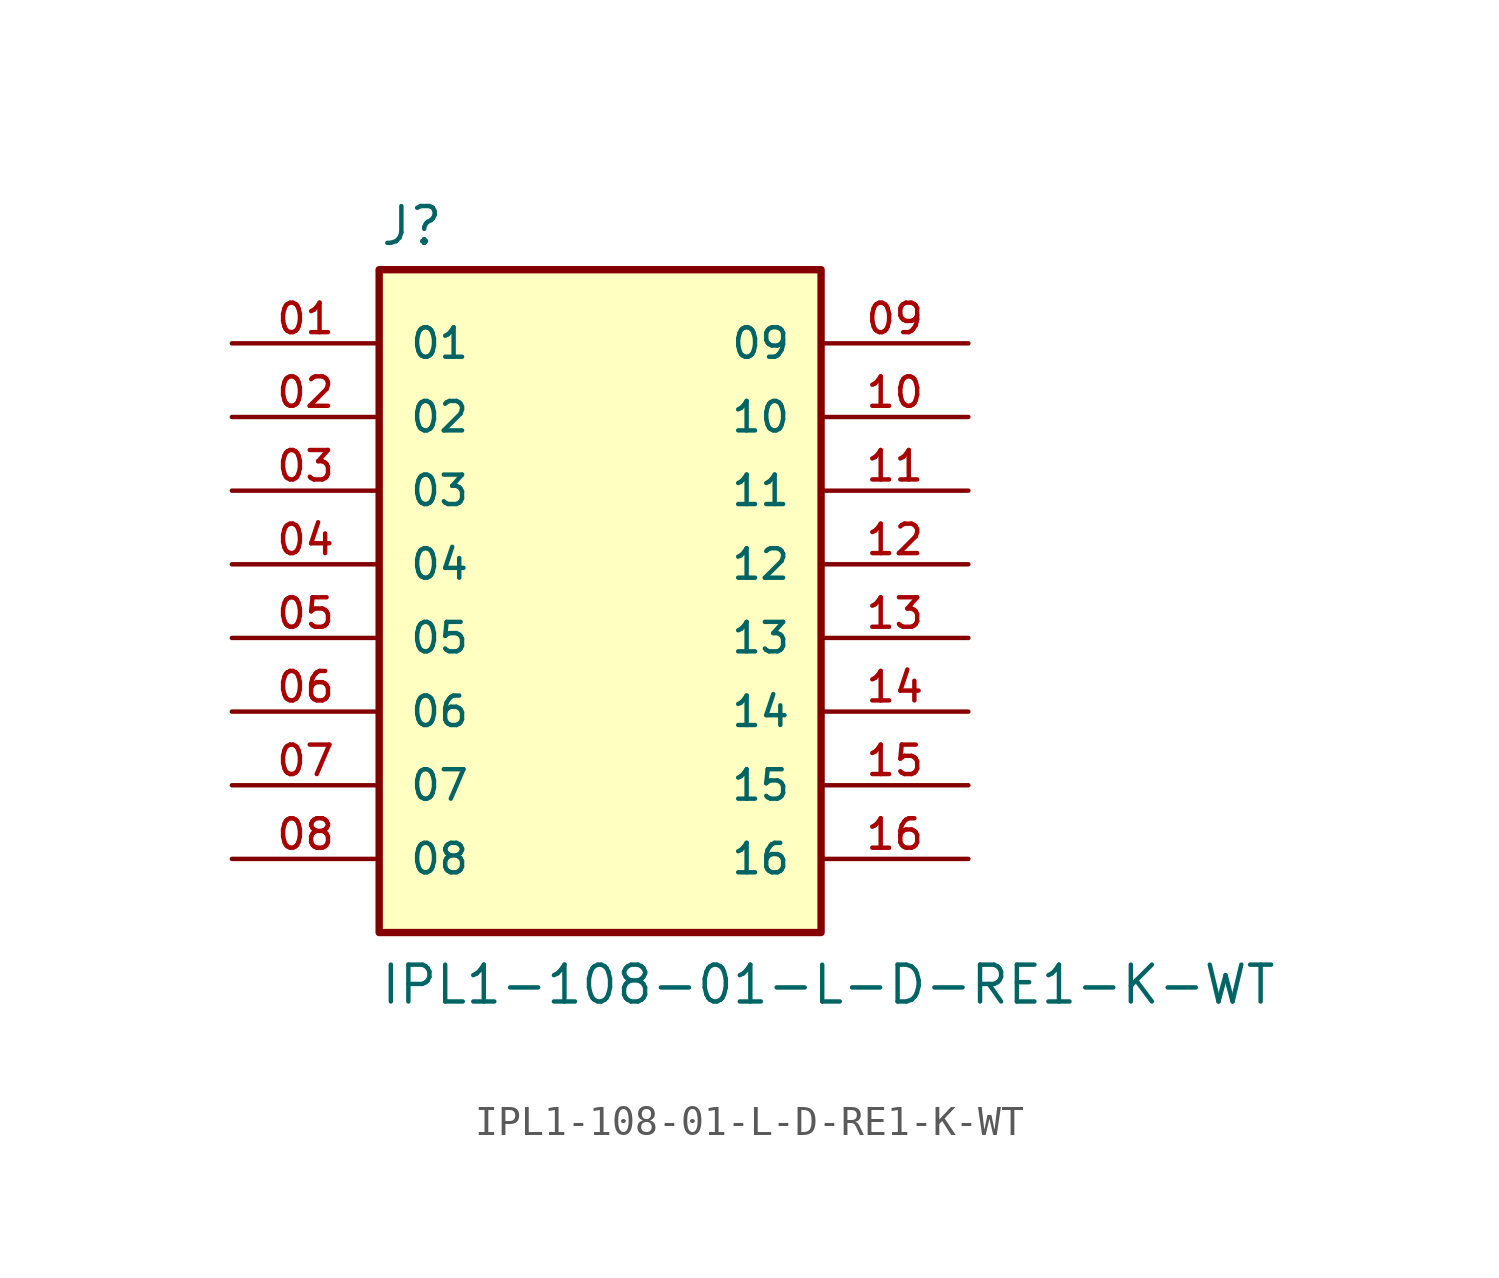
<source format=kicad_sym>
(kicad_symbol_lib
  (version 20211014)
  (generator kicad_symbol_editor)
  (symbol "IPL1-108-01-L-D-RE1-K-WT"
    (pin_names
      (offset 1.016))
    (property "Reference" "J"
      (at -7.62 10.922 0)
      (effects (font (size 1.27 1.27)) (justify bottom left)))
    (property "Value" "IPL1-108-01-L-D-RE1-K-WT"
      (at -7.62 -15.24 0)
      (effects (font (size 1.27 1.27)) (justify bottom left)))
    (symbol "IPL1-108-01-L-D-RE1-K-WT_0_0"
      (rectangle (start -7.62 -12.7) (end 7.62 10.16) (stroke (width 0.254)) (fill (type background)))
      (pin passive line (at -12.7 7.62 0) (length 5.08) (name "01" (effects (font (size 1.016 1.016)))) (number "01" (effects (font (size 1.016 1.016)))))
      (pin passive line (at -12.7 5.08 0) (length 5.08) (name "02" (effects (font (size 1.016 1.016)))) (number "02" (effects (font (size 1.016 1.016)))))
      (pin passive line (at -12.7 2.54 0) (length 5.08) (name "03" (effects (font (size 1.016 1.016)))) (number "03" (effects (font (size 1.016 1.016)))))
      (pin passive line (at -12.7 0.0 0) (length 5.08) (name "04" (effects (font (size 1.016 1.016)))) (number "04" (effects (font (size 1.016 1.016)))))
      (pin passive line (at -12.7 -2.54 0) (length 5.08) (name "05" (effects (font (size 1.016 1.016)))) (number "05" (effects (font (size 1.016 1.016)))))
      (pin passive line (at -12.7 -5.08 0) (length 5.08) (name "06" (effects (font (size 1.016 1.016)))) (number "06" (effects (font (size 1.016 1.016)))))
      (pin passive line (at -12.7 -7.62 0) (length 5.08) (name "07" (effects (font (size 1.016 1.016)))) (number "07" (effects (font (size 1.016 1.016)))))
      (pin passive line (at -12.7 -10.16 0) (length 5.08) (name "08" (effects (font (size 1.016 1.016)))) (number "08" (effects (font (size 1.016 1.016)))))
      (pin passive line (at 12.7 7.62 180.0) (length 5.08) (name "09" (effects (font (size 1.016 1.016)))) (number "09" (effects (font (size 1.016 1.016)))))
      (pin passive line (at 12.7 5.08 180.0) (length 5.08) (name "10" (effects (font (size 1.016 1.016)))) (number "10" (effects (font (size 1.016 1.016)))))
      (pin passive line (at 12.7 2.54 180.0) (length 5.08) (name "11" (effects (font (size 1.016 1.016)))) (number "11" (effects (font (size 1.016 1.016)))))
      (pin passive line (at 12.7 0.0 180.0) (length 5.08) (name "12" (effects (font (size 1.016 1.016)))) (number "12" (effects (font (size 1.016 1.016)))))
      (pin passive line (at 12.7 -2.54 180.0) (length 5.08) (name "13" (effects (font (size 1.016 1.016)))) (number "13" (effects (font (size 1.016 1.016)))))
      (pin passive line (at 12.7 -5.08 180.0) (length 5.08) (name "14" (effects (font (size 1.016 1.016)))) (number "14" (effects (font (size 1.016 1.016)))))
      (pin passive line (at 12.7 -7.62 180.0) (length 5.08) (name "15" (effects (font (size 1.016 1.016)))) (number "15" (effects (font (size 1.016 1.016)))))
      (pin passive line (at 12.7 -10.16 180.0) (length 5.08) (name "16" (effects (font (size 1.016 1.016)))) (number "16" (effects (font (size 1.016 1.016))))))))
</source>
